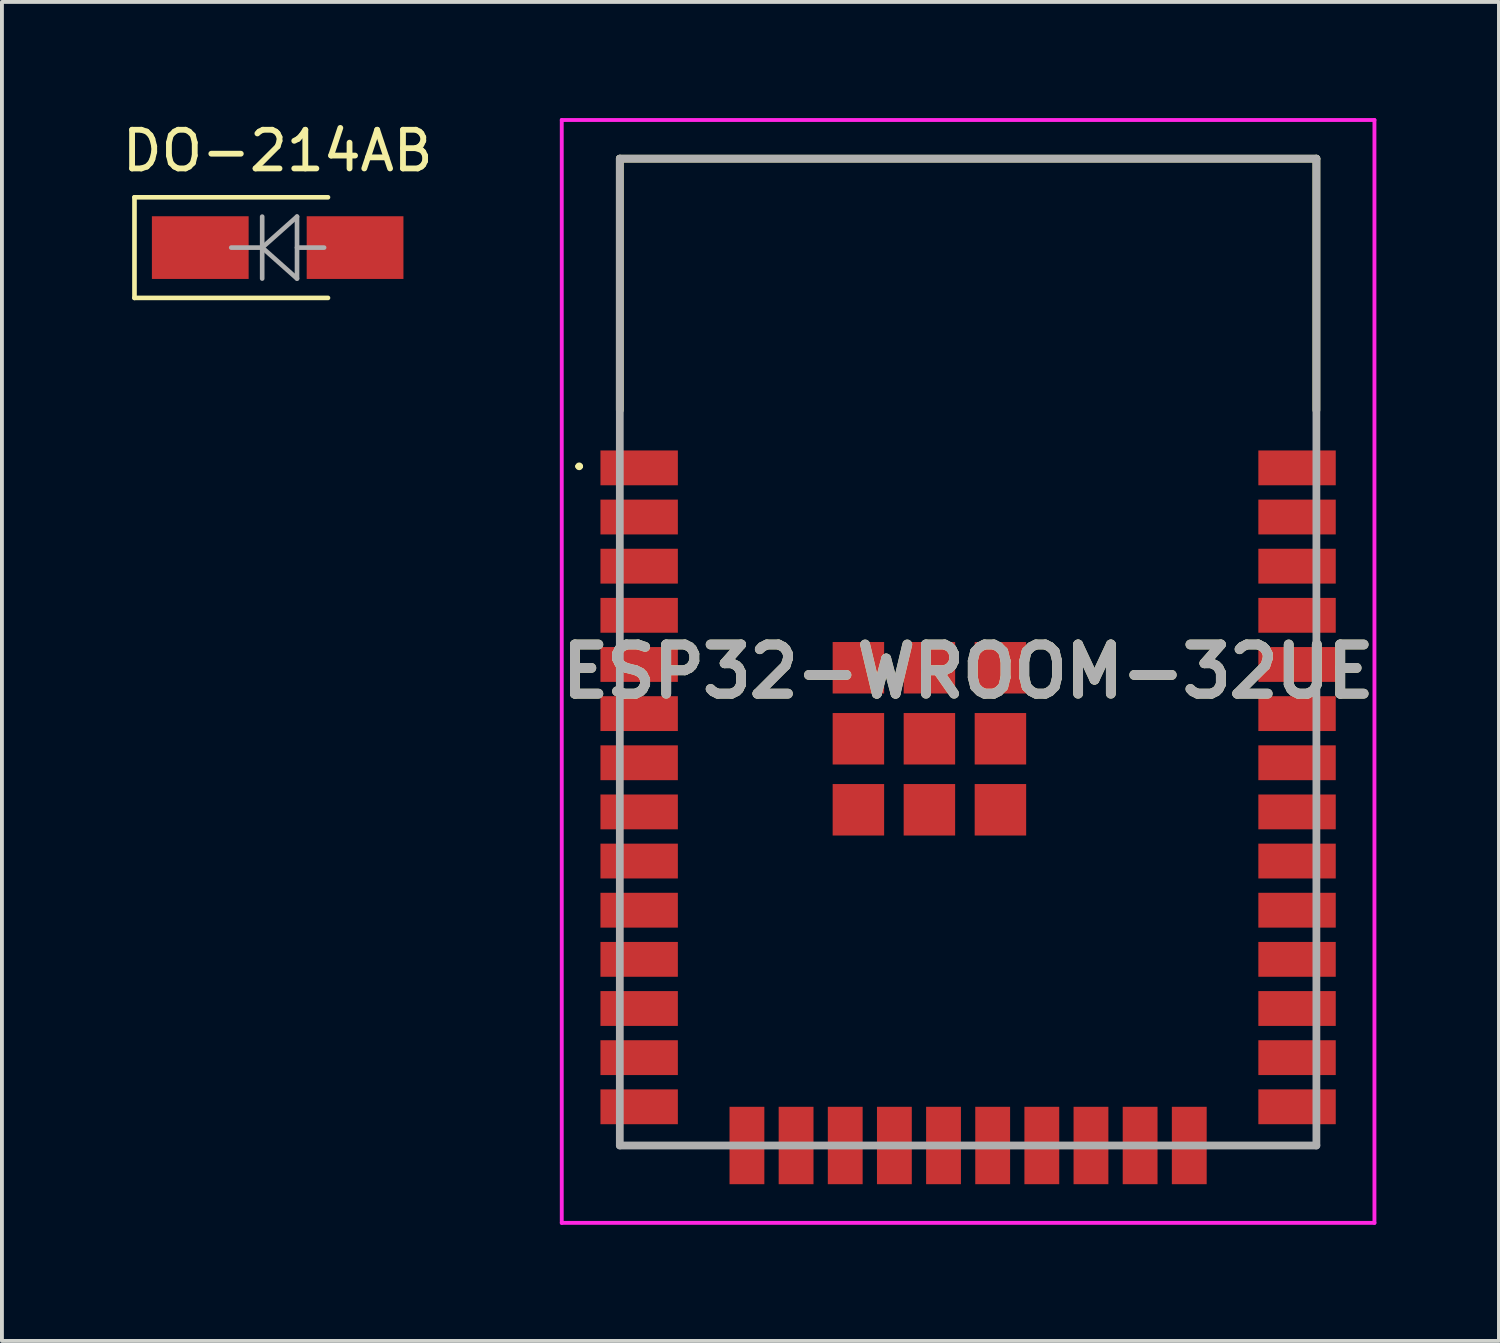
<source format=kicad_pcb>
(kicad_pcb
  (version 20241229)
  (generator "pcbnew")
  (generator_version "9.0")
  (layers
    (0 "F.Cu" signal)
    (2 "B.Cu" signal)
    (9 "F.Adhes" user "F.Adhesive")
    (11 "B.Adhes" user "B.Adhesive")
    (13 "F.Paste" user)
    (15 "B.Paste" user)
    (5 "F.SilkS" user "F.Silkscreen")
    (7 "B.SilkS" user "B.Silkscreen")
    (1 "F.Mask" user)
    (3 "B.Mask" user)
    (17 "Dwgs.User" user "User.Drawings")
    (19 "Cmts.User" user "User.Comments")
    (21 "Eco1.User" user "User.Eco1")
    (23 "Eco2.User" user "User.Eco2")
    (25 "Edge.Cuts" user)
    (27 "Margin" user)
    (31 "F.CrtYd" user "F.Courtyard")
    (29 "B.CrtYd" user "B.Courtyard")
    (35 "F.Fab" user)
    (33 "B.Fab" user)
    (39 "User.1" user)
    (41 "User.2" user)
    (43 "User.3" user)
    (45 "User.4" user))
  (footprint "DO-214AB"
    (layer "F.Cu")
    (at 4.125 3.348)
    (property "Reference" "DO-214AB" (at 0 -2.5 0) (layer "F.SilkS") (effects (font (size 1 1) (thickness 0.15))))
    (attr through_hole)
    (fp_line (start -3.7 -1.3) (end 1.3 -1.3) (stroke (width 0.12) (type solid)) (layer "F.SilkS"))
    (fp_line (start -3.7 1.3) (end -3.7 -1.3) (stroke (width 0.12) (type solid)) (layer "F.SilkS"))
    (fp_line (start 1.3 1.3) (end -3.7 1.3) (stroke (width 0.12) (type solid)) (layer "F.SilkS"))
    (fp_line (start -0.4 0) (end -1.2 0) (stroke (width 0.12) (type solid)) (layer "F.Fab"))
    (fp_line (start -0.4 0) (end 0.5 -0.8) (stroke (width 0.12) (type solid)) (layer "F.Fab"))
    (fp_line (start -0.4 0.8) (end -0.4 -0.8) (stroke (width 0.12) (type solid)) (layer "F.Fab"))
    (fp_line (start 0.5 -0.8) (end 0.5 0.8) (stroke (width 0.12) (type solid)) (layer "F.Fab"))
    (fp_line (start 0.5 0) (end 1.2 0) (stroke (width 0.12) (type solid)) (layer "F.Fab"))
    (fp_line (start 0.5 0.8) (end -0.4 0) (stroke (width 0.12) (type solid)) (layer "F.Fab"))
    (pad "1" smd rect (at -2 0) (size 2.5 1.62) (layers "F.Cu" "F.Mask" "F.Paste"))
    (pad "2" smd rect (at 2 0) (size 2.5 1.62) (layers "F.Cu" "F.Mask" "F.Paste")))
  (footprint "ESP32-WROOM-32UE"
    (layer "F.Cu")
    (at 21.966 13.8)
    (property "Reference" "ESP32-WROOM-32UE" (at 0 0.5 0) (layer "F.SilkS") (effects (font (size 1.27 1.27) (thickness 0.254))))
    (attr smd)
    (fp_line (start -10.1 -4.8) (end -10.1 -4.8) (stroke (width 0.1) (type solid)) (layer "F.SilkS"))
    (fp_line (start -10 -4.8) (end -10 -4.8) (stroke (width 0.1) (type solid)) (layer "F.SilkS"))
    (fp_line (start -9 -12.75) (end 9 -12.75) (stroke (width 0.2) (type solid)) (layer "F.SilkS"))
    (fp_line (start -9 -6.25) (end -9 -12.75) (stroke (width 0.2) (type solid)) (layer "F.SilkS"))
    (fp_line (start 9 -12.75) (end 9 -6.25) (stroke (width 0.2) (type solid)) (layer "F.SilkS"))
    (fp_arc (start -10.1 -4.8) (mid -10.05 -4.85) (end -10 -4.8) (stroke (width 0.1) (type solid)) (layer "F.SilkS"))
    (fp_arc (start -10 -4.8) (mid -10.05 -4.75) (end -10.1 -4.8) (stroke (width 0.1) (type solid)) (layer "F.SilkS"))
    (fp_line (start -10.5 -13.75) (end 10.5 -13.75) (stroke (width 0.1) (type solid)) (layer "F.CrtYd"))
    (fp_line (start -10.5 14.75) (end -10.5 -13.75) (stroke (width 0.1) (type solid)) (layer "F.CrtYd"))
    (fp_line (start 10.5 -13.75) (end 10.5 14.75) (stroke (width 0.1) (type solid)) (layer "F.CrtYd"))
    (fp_line (start 10.5 14.75) (end -10.5 14.75) (stroke (width 0.1) (type solid)) (layer "F.CrtYd"))
    (fp_line (start -9 -12.75) (end 9 -12.75) (stroke (width 0.2) (type solid)) (layer "F.Fab"))
    (fp_line (start -9 12.75) (end -9 -12.75) (stroke (width 0.2) (type solid)) (layer "F.Fab"))
    (fp_line (start 9 -12.75) (end 9 12.75) (stroke (width 0.2) (type solid)) (layer "F.Fab"))
    (fp_line (start 9 12.75) (end -9 12.75) (stroke (width 0.2) (type solid)) (layer "F.Fab"))
    (fp_text user "${REFERENCE}" (at 0 0.5 0) (layer "F.Fab") (effects (font (size 1.27 1.27) (thickness 0.254))))
    (pad "1" smd rect (at -8.5 -4.76 90) (size 0.9 2) (layers "F.Cu" "F.Mask" "F.Paste"))
    (pad "2" smd rect (at -8.5 -3.49 90) (size 0.9 2) (layers "F.Cu" "F.Mask" "F.Paste"))
    (pad "3" smd rect (at -8.5 -2.22 90) (size 0.9 2) (layers "F.Cu" "F.Mask" "F.Paste"))
    (pad "4" smd rect (at -8.5 -0.95 90) (size 0.9 2) (layers "F.Cu" "F.Mask" "F.Paste"))
    (pad "5" smd rect (at -8.5 0.32 90) (size 0.9 2) (layers "F.Cu" "F.Mask" "F.Paste"))
    (pad "6" smd rect (at -8.5 1.59 90) (size 0.9 2) (layers "F.Cu" "F.Mask" "F.Paste"))
    (pad "7" smd rect (at -8.5 2.86 90) (size 0.9 2) (layers "F.Cu" "F.Mask" "F.Paste"))
    (pad "8" smd rect (at -8.5 4.13 90) (size 0.9 2) (layers "F.Cu" "F.Mask" "F.Paste"))
    (pad "9" smd rect (at -8.5 5.4 90) (size 0.9 2) (layers "F.Cu" "F.Mask" "F.Paste"))
    (pad "10" smd rect (at -8.5 6.67 90) (size 0.9 2) (layers "F.Cu" "F.Mask" "F.Paste"))
    (pad "11" smd rect (at -8.5 7.94 90) (size 0.9 2) (layers "F.Cu" "F.Mask" "F.Paste"))
    (pad "12" smd rect (at -8.5 9.21 90) (size 0.9 2) (layers "F.Cu" "F.Mask" "F.Paste"))
    (pad "13" smd rect (at -8.5 10.48 90) (size 0.9 2) (layers "F.Cu" "F.Mask" "F.Paste"))
    (pad "14" smd rect (at -8.5 11.75 90) (size 0.9 2) (layers "F.Cu" "F.Mask" "F.Paste"))
    (pad "15" smd rect (at -5.715 12.75) (size 0.9 2) (layers "F.Cu" "F.Mask" "F.Paste"))
    (pad "16" smd rect (at -4.445 12.75) (size 0.9 2) (layers "F.Cu" "F.Mask" "F.Paste"))
    (pad "17" smd rect (at -3.175 12.75) (size 0.9 2) (layers "F.Cu" "F.Mask" "F.Paste"))
    (pad "18" smd rect (at -1.905 12.75) (size 0.9 2) (layers "F.Cu" "F.Mask" "F.Paste"))
    (pad "19" smd rect (at -0.635 12.75) (size 0.9 2) (layers "F.Cu" "F.Mask" "F.Paste"))
    (pad "20" smd rect (at 0.635 12.75) (size 0.9 2) (layers "F.Cu" "F.Mask" "F.Paste"))
    (pad "21" smd rect (at 1.905 12.75) (size 0.9 2) (layers "F.Cu" "F.Mask" "F.Paste"))
    (pad "22" smd rect (at 3.175 12.75) (size 0.9 2) (layers "F.Cu" "F.Mask" "F.Paste"))
    (pad "23" smd rect (at 4.445 12.75) (size 0.9 2) (layers "F.Cu" "F.Mask" "F.Paste"))
    (pad "24" smd rect (at 5.715 12.75) (size 0.9 2) (layers "F.Cu" "F.Mask" "F.Paste"))
    (pad "25" smd rect (at 8.5 11.75 90) (size 0.9 2) (layers "F.Cu" "F.Mask" "F.Paste"))
    (pad "26" smd rect (at 8.5 10.48 90) (size 0.9 2) (layers "F.Cu" "F.Mask" "F.Paste"))
    (pad "27" smd rect (at 8.5 9.21 90) (size 0.9 2) (layers "F.Cu" "F.Mask" "F.Paste"))
    (pad "28" smd rect (at 8.5 7.94 90) (size 0.9 2) (layers "F.Cu" "F.Mask" "F.Paste"))
    (pad "29" smd rect (at 8.5 6.67 90) (size 0.9 2) (layers "F.Cu" "F.Mask" "F.Paste"))
    (pad "30" smd rect (at 8.5 5.4 90) (size 0.9 2) (layers "F.Cu" "F.Mask" "F.Paste"))
    (pad "31" smd rect (at 8.5 4.13 90) (size 0.9 2) (layers "F.Cu" "F.Mask" "F.Paste"))
    (pad "32" smd rect (at 8.5 2.86 90) (size 0.9 2) (layers "F.Cu" "F.Mask" "F.Paste"))
    (pad "33" smd rect (at 8.5 1.59 90) (size 0.9 2) (layers "F.Cu" "F.Mask" "F.Paste"))
    (pad "34" smd rect (at 8.5 0.32 90) (size 0.9 2) (layers "F.Cu" "F.Mask" "F.Paste"))
    (pad "35" smd rect (at 8.5 -0.95 90) (size 0.9 2) (layers "F.Cu" "F.Mask" "F.Paste"))
    (pad "36" smd rect (at 8.5 -2.22 90) (size 0.9 2) (layers "F.Cu" "F.Mask" "F.Paste"))
    (pad "37" smd rect (at 8.5 -3.49 90) (size 0.9 2) (layers "F.Cu" "F.Mask" "F.Paste"))
    (pad "38" smd rect (at 8.5 -4.76 90) (size 0.9 2) (layers "F.Cu" "F.Mask" "F.Paste"))
    (pad "39" smd rect (at -1 2.24 90) (size 1.33 1.33) (layers "F.Cu" "F.Mask" "F.Paste"))
    (pad "40" smd rect (at -2.835 4.075 90) (size 1.33 1.33) (layers "F.Cu" "F.Mask" "F.Paste"))
    (pad "41" smd rect (at -1 4.075 90) (size 1.33 1.33) (layers "F.Cu" "F.Mask" "F.Paste"))
    (pad "42" smd rect (at 0.835 4.075 90) (size 1.33 1.33) (layers "F.Cu" "F.Mask" "F.Paste"))
    (pad "43" smd rect (at 0.835 2.24 90) (size 1.33 1.33) (layers "F.Cu" "F.Mask" "F.Paste"))
    (pad "44" smd rect (at 0.835 0.405 90) (size 1.33 1.33) (layers "F.Cu" "F.Mask" "F.Paste"))
    (pad "45" smd rect (at -1 0.405 90) (size 1.33 1.33) (layers "F.Cu" "F.Mask" "F.Paste"))
    (pad "46" smd rect (at -2.835 0.405 90) (size 1.33 1.33) (layers "F.Cu" "F.Mask" "F.Paste"))
    (pad "47" smd rect (at -2.835 2.24 90) (size 1.33 1.33) (layers "F.Cu" "F.Mask" "F.Paste")))
  (gr_rect
    (start -3 -3)
    (end 35.683 31.6)
    (stroke (width 0.1) (type default))
    (fill no)
    (layer "Edge.Cuts")))
</source>
